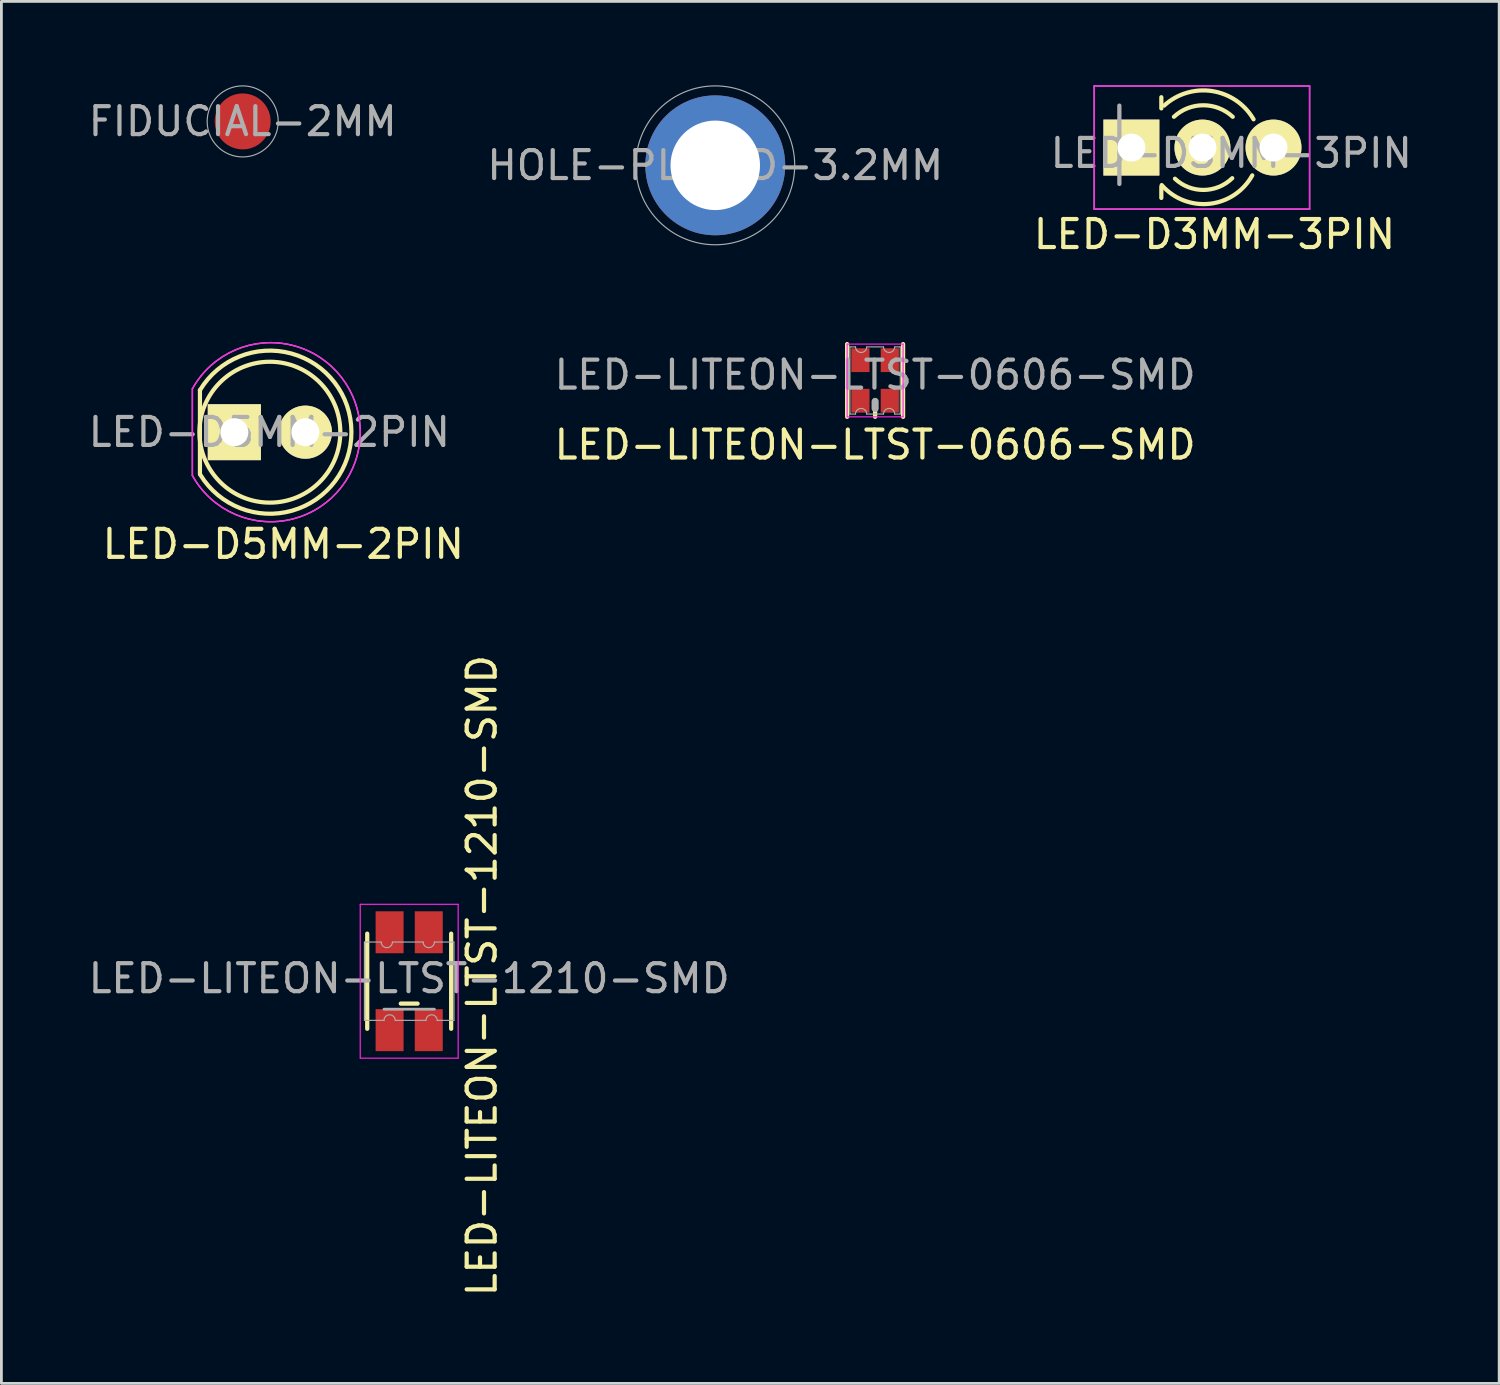
<source format=kicad_pcb>
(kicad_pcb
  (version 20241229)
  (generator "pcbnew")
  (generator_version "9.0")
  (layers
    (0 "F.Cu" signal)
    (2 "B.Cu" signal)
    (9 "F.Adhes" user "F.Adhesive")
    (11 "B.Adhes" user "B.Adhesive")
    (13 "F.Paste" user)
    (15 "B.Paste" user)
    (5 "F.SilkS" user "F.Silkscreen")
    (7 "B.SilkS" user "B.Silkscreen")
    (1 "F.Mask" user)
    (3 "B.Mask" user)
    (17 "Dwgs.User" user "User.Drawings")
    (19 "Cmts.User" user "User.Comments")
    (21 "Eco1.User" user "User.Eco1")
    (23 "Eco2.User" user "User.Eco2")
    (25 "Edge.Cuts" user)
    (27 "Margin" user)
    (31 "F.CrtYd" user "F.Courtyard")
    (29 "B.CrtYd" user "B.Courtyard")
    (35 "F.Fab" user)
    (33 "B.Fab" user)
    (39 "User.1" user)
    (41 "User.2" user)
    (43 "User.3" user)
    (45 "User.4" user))
  (footprint "LED-D3MM-3PIN"
    (layer "F.Cu")
    (at 38.663 2.225)
    (property "Reference" "LED-D3MM-3PIN" (at 2.3 0.2 0) (layer "F.Fab") (effects (font (size 1 1) (thickness 0.15))))
    (attr through_hole)
    (fp_line (start -0.2 -1.8) (end -0.2 -1.4) (stroke (width 0.15) (type solid)) (layer "F.SilkS"))
    (fp_line (start -0.2 1.8) (end -0.2 1.4) (stroke (width 0.15) (type solid)) (layer "F.SilkS"))
    (fp_arc (start -0.1 -1.5) (mid 1.616001 -2.019468) (end 3.097391 -1.009521) (stroke (width 0.15) (type solid)) (layer "F.SilkS"))
    (fp_arc (start 0.25 -1.1) (mid 1.301686 -1.512142) (end 2.353005 -1.099067) (stroke (width 0.15) (type solid)) (layer "F.SilkS"))
    (fp_arc (start 2.335 1.094) (mid 1.31492 1.51473) (end 0.287111 1.113252) (stroke (width 0.15) (type solid)) (layer "F.SilkS"))
    (fp_arc (start 3.051 0.994) (mid 1.522637 2.009958) (end -0.18622 1.340726) (stroke (width 0.15) (type solid)) (layer "F.SilkS"))
    (fp_line (start -2.6 -2.2) (end -2.6 2.2) (stroke (width 0.051) (type solid)) (layer "F.CrtYd"))
    (fp_line (start -2.6 2.2) (end 5.1 2.2) (stroke (width 0.051) (type solid)) (layer "F.CrtYd"))
    (fp_line (start 5.1 -2.2) (end -2.6 -2.2) (stroke (width 0.051) (type solid)) (layer "F.CrtYd"))
    (fp_line (start 5.1 2.2) (end 5.1 -2.2) (stroke (width 0.051) (type solid)) (layer "F.CrtYd"))
    (fp_line (start -2.6 -2.2) (end -2.6 2.2) (stroke (width 0.051) (type solid)) (layer "F.Fab"))
    (fp_line (start -2.6 2.2) (end 5.1 2.2) (stroke (width 0.051) (type solid)) (layer "F.Fab"))
    (fp_line (start -1.7 -1.5) (end -1.7 1.3) (stroke (width 0.152) (type solid)) (layer "F.Fab"))
    (fp_line (start 1.3 -2.2) (end -2.6 -2.2) (stroke (width 0.051) (type solid)) (layer "F.Fab"))
    (fp_line (start 5.1 -2.2) (end 1.3 -2.2) (stroke (width 0.051) (type solid)) (layer "F.Fab"))
    (fp_line (start 5.1 -2.1) (end 5.1 -2.2) (stroke (width 0.051) (type solid)) (layer "F.Fab"))
    (fp_line (start 5.1 2.2) (end 5.1 -2.1) (stroke (width 0.051) (type solid)) (layer "F.Fab"))
    (fp_text user "${REFERENCE}" (at 1.7 3.1 0) (layer "F.SilkS") (effects (font (size 1 1) (thickness 0.15))))
    (pad "1" thru_hole rect (at -1.27 0 90) (size 2 2) (drill 1.001) (layers "*.Cu" "*.Mask" "F.SilkS"))
    (pad "2" thru_hole circle (at 1.27 0) (size 2 2) (drill 1.001) (layers "*.Cu" "*.Mask" "F.SilkS"))
    (pad "3" thru_hole circle (at 3.81 0) (size 2 2) (drill 1.001) (layers "*.Cu" "*.Mask" "F.SilkS")))
  (footprint "LED-LITEON-LTST-1210-SMD"
    (layer "F.Cu")
    (at 11.577 32.025)
    (property "Reference" "LED-LITEON-LTST-1210-SMD" (at 0 -0.1 180) (layer "F.Fab") (effects (font (size 1 1) (thickness 0.15))))
    (attr through_hole)
    (fp_line (start -1.5 -1.7) (end -1.5 1.7) (stroke (width 0.152) (type solid)) (layer "F.SilkS"))
    (fp_line (start 0.3 0.8) (end -0.3 0.8) (stroke (width 0.152) (type solid)) (layer "F.SilkS"))
    (fp_line (start 1.5 -1.7) (end 1.5 1.7) (stroke (width 0.152) (type solid)) (layer "F.SilkS"))
    (fp_line (start -1.75 -2.75) (end -1.75 2.75) (stroke (width 0.041) (type solid)) (layer "F.CrtYd"))
    (fp_line (start -1.75 2.75) (end 1.75 2.75) (stroke (width 0.041) (type solid)) (layer "F.CrtYd"))
    (fp_line (start 1.75 -2.75) (end -1.75 -2.75) (stroke (width 0.041) (type solid)) (layer "F.CrtYd"))
    (fp_line (start 1.75 2.75) (end 1.75 -2.75) (stroke (width 0.041) (type solid)) (layer "F.CrtYd"))
    (fp_line (start -1.6 -1.4) (end -1 -1.4) (stroke (width 0.041) (type solid)) (layer "F.Fab"))
    (fp_line (start -1.6 1.4) (end -1.6 -1.4) (stroke (width 0.041) (type solid)) (layer "F.Fab"))
    (fp_line (start -1.6 1.4) (end -0.9 1.4) (stroke (width 0.041) (type solid)) (layer "F.Fab"))
    (fp_line (start -0.9 1) (end 0.9 1) (stroke (width 0.1) (type solid)) (layer "F.Fab"))
    (fp_line (start -0.5 1.4) (end 0.6 1.4) (stroke (width 0.041) (type solid)) (layer "F.Fab"))
    (fp_line (start 0.5 -1.4) (end -0.6 -1.4) (stroke (width 0.041) (type solid)) (layer "F.Fab"))
    (fp_line (start 1.6 -1.4) (end 0.9 -1.4) (stroke (width 0.041) (type solid)) (layer "F.Fab"))
    (fp_line (start 1.6 -1.4) (end 1.6 1.4) (stroke (width 0.041) (type solid)) (layer "F.Fab"))
    (fp_line (start 1.6 1.4) (end 1 1.4) (stroke (width 0.041) (type solid)) (layer "F.Fab"))
    (fp_arc (start -0.9 1.4) (mid -0.7 1.2) (end -0.5 1.4) (stroke (width 0.04064) (type solid)) (layer "F.Fab"))
    (fp_arc (start -0.6 -1.4) (mid -0.8 -1.2) (end -1 -1.4) (stroke (width 0.04064) (type solid)) (layer "F.Fab"))
    (fp_arc (start 0.6 1.4) (mid 0.8 1.2) (end 1 1.4) (stroke (width 0.04064) (type solid)) (layer "F.Fab"))
    (fp_arc (start 0.9 -1.4) (mid 0.7 -1.2) (end 0.5 -1.4) (stroke (width 0.04064) (type solid)) (layer "F.Fab"))
    (fp_text user "${REFERENCE}" (at 2.6 -0.2 90) (layer "F.SilkS") (effects (font (size 1 1) (thickness 0.15))))
    (pad "1" smd rect (at 0.7 -1.75) (size 1 1.5) (layers "F.Cu" "F.Mask" "F.Paste"))
    (pad "2" smd rect (at -0.7 -1.75) (size 1 1.5) (layers "F.Cu" "F.Mask" "F.Paste"))
    (pad "3" smd rect (at 0.7 1.75) (size 1 1.5) (layers "F.Cu" "F.Mask" "F.Paste"))
    (pad "4" smd rect (at -0.7 1.75) (size 1 1.5) (layers "F.Cu" "F.Mask" "F.Paste")))
  (footprint "LED-LITEON-LTST-0606-SMD"
    (layer "F.Cu")
    (at 28.232 10.55)
    (property "Reference" "LED-LITEON-LTST-0606-SMD" (at 0 -0.2 180) (layer "F.Fab") (effects (font (size 1 1) (thickness 0.15))))
    (attr through_hole)
    (fp_line (start -1 -1.3) (end -1 1.3) (stroke (width 0.152) (type solid)) (layer "F.SilkS"))
    (fp_line (start 0 1.3) (end 0 0.7) (stroke (width 0.152) (type solid)) (layer "F.SilkS"))
    (fp_line (start 1 -1.3) (end 1 1.3) (stroke (width 0.152) (type solid)) (layer "F.SilkS"))
    (fp_line (start -1 -1.3) (end -1 1.3) (stroke (width 0.041) (type solid)) (layer "F.CrtYd"))
    (fp_line (start -1 1.3) (end 1 1.3) (stroke (width 0.041) (type solid)) (layer "F.CrtYd"))
    (fp_line (start 1 -1.3) (end -1 -1.3) (stroke (width 0.041) (type solid)) (layer "F.CrtYd"))
    (fp_line (start 1 1.3) (end 1 -1.3) (stroke (width 0.041) (type solid)) (layer "F.CrtYd"))
    (fp_line (start -0.9 -1.2) (end -0.9 1.2) (stroke (width 0.041) (type solid)) (layer "F.Fab"))
    (fp_line (start -0.9 1.2) (end -0.7 1.2) (stroke (width 0.041) (type solid)) (layer "F.Fab"))
    (fp_line (start -0.7 -1.2) (end -0.9 -1.2) (stroke (width 0.041) (type solid)) (layer "F.Fab"))
    (fp_line (start -0.3 1.2) (end 0.3 1.2) (stroke (width 0.041) (type solid)) (layer "F.Fab"))
    (fp_line (start 0 0.75) (end 0 1) (stroke (width 0.254) (type solid)) (layer "F.Fab"))
    (fp_line (start 0.3 -1.2) (end -0.3 -1.2) (stroke (width 0.041) (type solid)) (layer "F.Fab"))
    (fp_line (start 0.7 1.2) (end 0.9 1.2) (stroke (width 0.041) (type solid)) (layer "F.Fab"))
    (fp_line (start 0.9 -1.2) (end 0.7 -1.2) (stroke (width 0.041) (type solid)) (layer "F.Fab"))
    (fp_line (start 0.9 1.2) (end 0.9 -1.2) (stroke (width 0.041) (type solid)) (layer "F.Fab"))
    (fp_arc (start -0.7 1.2) (mid -0.5 1) (end -0.3 1.2) (stroke (width 0.04064) (type solid)) (layer "F.Fab"))
    (fp_arc (start -0.3 -1.2) (mid -0.5 -1) (end -0.7 -1.2) (stroke (width 0.04064) (type solid)) (layer "F.Fab"))
    (fp_arc (start 0.3 1.2) (mid 0.5 1) (end 0.7 1.2) (stroke (width 0.04064) (type solid)) (layer "F.Fab"))
    (fp_arc (start 0.7 -1.2) (mid 0.5 -1) (end 0.3 -1.2) (stroke (width 0.04064) (type solid)) (layer "F.Fab"))
    (fp_text user "${REFERENCE}" (at 0 2.3 0) (layer "F.SilkS") (effects (font (size 1 1) (thickness 0.15))))
    (pad "1" smd rect (at 0.525 -0.725) (size 0.65 0.85) (layers "F.Cu" "F.Mask" "F.Paste"))
    (pad "2" smd rect (at -0.525 -0.725) (size 0.65 0.85) (layers "F.Cu" "F.Mask" "F.Paste"))
    (pad "3" smd rect (at 0.525 0.725) (size 0.65 0.85) (layers "F.Cu" "F.Mask" "F.Paste"))
    (pad "4" smd rect (at -0.525 0.725) (size 0.65 0.85) (layers "F.Cu" "F.Mask" "F.Paste")))
  (footprint "HOLE-PLATED-3.2MM"
    (layer "F.Cu")
    (at 22.518 2.86)
    (property "Reference" "HOLE-PLATED-3.2MM" (at 0 0 0) (layer "F.Fab") (effects (font (size 1 1) (thickness 0.15))))
    (attr through_hole)
    (fp_circle (center 0 0) (end 2.54 1.27) (stroke (width 0.041) (type solid)) (fill no) (layer "F.Fab"))
    (pad "1" thru_hole circle (at 0 0) (size 5 5) (drill 3.2) (layers "*.Cu" "*.Mask")))
  (footprint "FIDUCIAL-2MM"
    (layer "F.Cu")
    (at 5.625 1.29)
    (property "Reference" "FIDUCIAL-2MM" (at 0 0 0) (layer "F.Fab") (effects (font (size 1 1) (thickness 0.15))))
    (attr through_hole)
    (fp_circle (center 0 0) (end 1.27 0) (stroke (width 0.041) (type solid)) (fill no) (layer "F.Fab"))
    (pad "1" smd circle (at 0 0) (size 2 2) (layers "F.Cu" "F.Mask")))
  (footprint "LED-D5MM-2PIN"
    (layer "F.Cu")
    (at 5.327 12.399)
    (property "Reference" "LED-D5MM-2PIN" (at 1.25 0 0) (layer "F.Fab") (effects (font (size 1 1) (thickness 0.15))))
    (attr through_hole)
    (fp_line (start -1.23 1.5) (end -1.23 -1.5) (stroke (width 0.15) (type solid)) (layer "F.SilkS"))
    (fp_arc (start -1.23 -1.5) (mid 4.18544 -0.014565) (end -1.214888 1.524904) (stroke (width 0.15) (type solid)) (layer "F.SilkS"))
    (fp_circle (center 1.27 0) (end 0.97 -2.5) (stroke (width 0.15) (type solid)) (fill no) (layer "F.SilkS"))
    (fp_line (start -1.5 -1.55) (end -1.5 1.55) (stroke (width 0.05) (type solid)) (layer "F.CrtYd"))
    (fp_arc (start -1.498248 -1.55316) (mid 4.50039 0.001807) (end -1.5 1.55) (stroke (width 0.05) (type solid)) (layer "F.CrtYd"))
    (fp_line (start -1.5 -1.55) (end -1.5 1.55) (stroke (width 0.05) (type solid)) (layer "F.Fab"))
    (fp_arc (start -1.498248 -1.55316) (mid 4.50039 0.001807) (end -1.5 1.55) (stroke (width 0.05) (type solid)) (layer "F.Fab"))
    (fp_text user "${REFERENCE}" (at 1.75 4 0) (layer "F.SilkS") (effects (font (size 1 1) (thickness 0.15))))
    (pad "1" thru_hole rect (at 0 0 90) (size 2 1.9) (drill 1.001) (layers "*.Cu" "*.Mask" "F.SilkS"))
    (pad "2" thru_hole circle (at 2.54 0) (size 1.9 1.9) (drill 1.001) (layers "*.Cu" "*.Mask" "F.SilkS")))
  (gr_rect
    (start -3 -3)
    (end 50.54 46.402)
    (stroke (width 0.1) (type default))
    (fill no)
    (layer "Edge.Cuts")))
</source>
